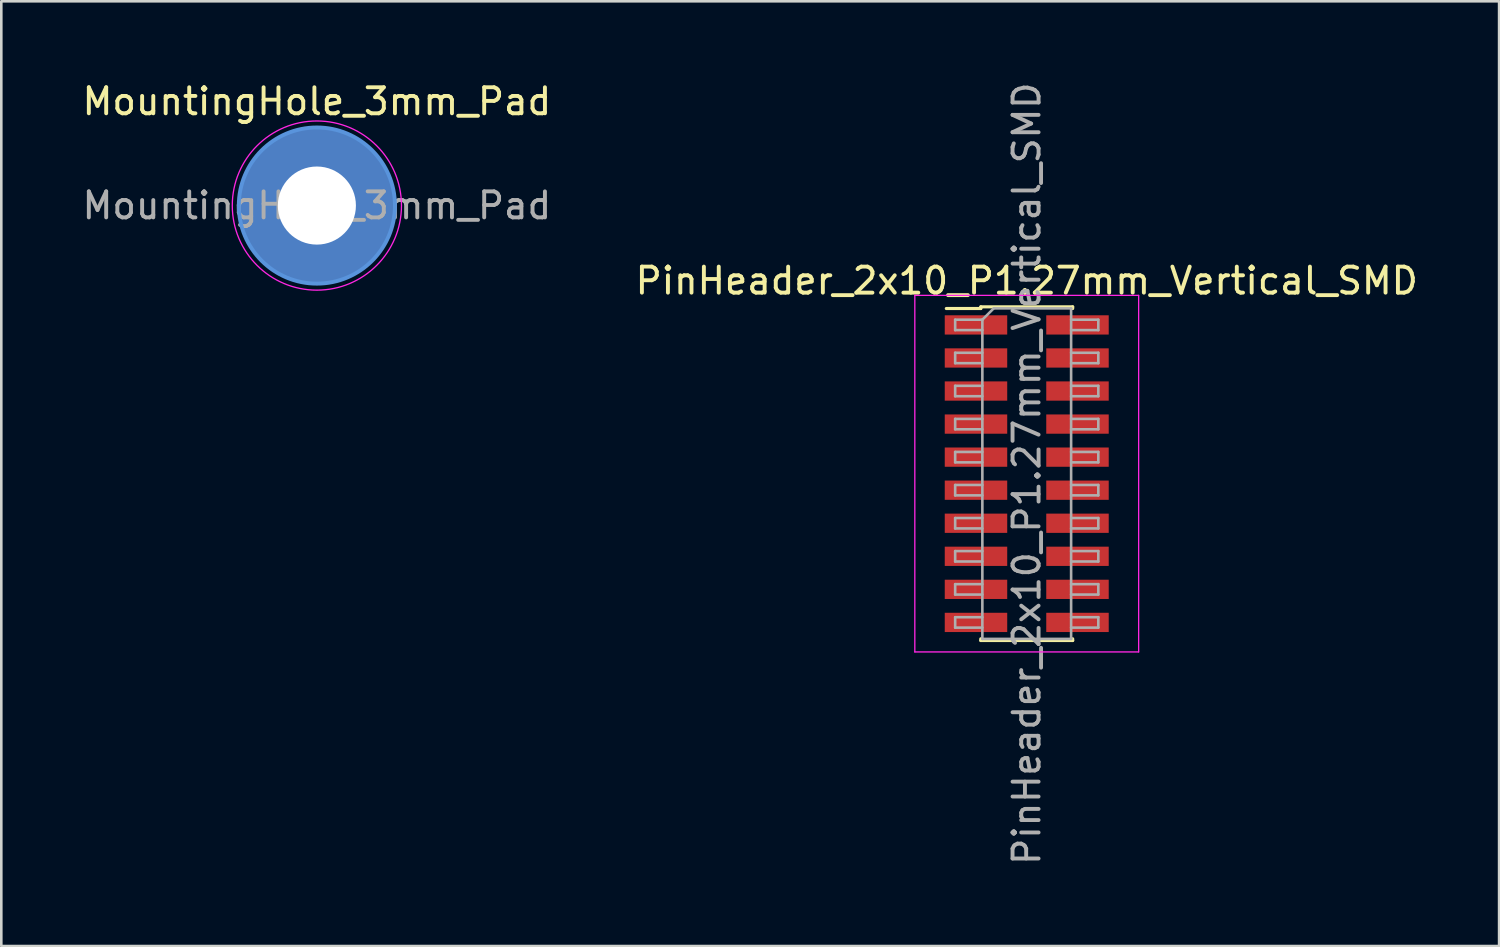
<source format=kicad_pcb>
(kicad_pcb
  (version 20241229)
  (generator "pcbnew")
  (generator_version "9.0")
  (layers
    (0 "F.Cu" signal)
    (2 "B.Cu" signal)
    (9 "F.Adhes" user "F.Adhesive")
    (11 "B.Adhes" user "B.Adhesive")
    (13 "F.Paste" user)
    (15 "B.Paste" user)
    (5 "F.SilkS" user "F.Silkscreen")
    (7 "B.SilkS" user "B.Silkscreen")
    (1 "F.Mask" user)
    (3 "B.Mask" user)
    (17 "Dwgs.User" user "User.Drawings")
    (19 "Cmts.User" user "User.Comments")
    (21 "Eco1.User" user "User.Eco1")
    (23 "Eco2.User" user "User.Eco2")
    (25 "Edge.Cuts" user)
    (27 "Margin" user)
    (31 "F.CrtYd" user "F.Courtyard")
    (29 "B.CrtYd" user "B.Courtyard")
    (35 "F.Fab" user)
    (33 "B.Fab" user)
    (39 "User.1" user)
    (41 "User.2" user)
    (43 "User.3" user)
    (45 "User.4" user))
  (footprint "MountingHole_3mm_Pad"
    (layer "F.Cu")
    (at 9.125 4.848)
    (property "Reference" "MountingHole_3mm_Pad" (at 0 -4 0) (layer "F.SilkS") (effects (font (size 1 1) (thickness 0.15))))
    (attr exclude_from_pos_files)
    (fp_circle (center 0 0) (end 3 0) (stroke (width 0.15) (type solid)) (fill no) (layer "Cmts.User"))
    (fp_circle (center 0 0) (end 3.25 0) (stroke (width 0.05) (type solid)) (fill no) (layer "F.CrtYd"))
    (fp_text user "${REFERENCE}" (at 0 0 0) (layer "F.Fab") (effects (font (size 1 1) (thickness 0.15))))
    (pad "1" thru_hole circle (at 0 0 180) (size 6 6) (drill 3) (layers "*.Cu" "*.Mask")))
  (footprint "PinHeader_2x10_P1.27mm_Vertical_SMD"
    (layer "F.Cu")
    (at 36.399 15.149)
    (property "Reference" "PinHeader_2x10_P1.27mm_Vertical_SMD" (at 0 -7.41 0) (layer "F.SilkS") (effects (font (size 1 1) (thickness 0.15))))
    (attr smd)
    (fp_line (start -3.09 -6.345) (end -1.765 -6.345) (stroke (width 0.12) (type solid)) (layer "F.SilkS"))
    (fp_line (start -1.765 -6.41) (end -1.765 -6.345) (stroke (width 0.12) (type solid)) (layer "F.SilkS"))
    (fp_line (start -1.765 -6.41) (end 1.765 -6.41) (stroke (width 0.12) (type solid)) (layer "F.SilkS"))
    (fp_line (start -1.765 6.345) (end -1.765 6.41) (stroke (width 0.12) (type solid)) (layer "F.SilkS"))
    (fp_line (start -1.765 6.41) (end 1.765 6.41) (stroke (width 0.12) (type solid)) (layer "F.SilkS"))
    (fp_line (start 1.765 -6.41) (end 1.765 -6.345) (stroke (width 0.12) (type solid)) (layer "F.SilkS"))
    (fp_line (start 1.765 6.345) (end 1.765 6.41) (stroke (width 0.12) (type solid)) (layer "F.SilkS"))
    (fp_line (start -4.3 -6.85) (end -4.3 6.85) (stroke (width 0.05) (type solid)) (layer "F.CrtYd"))
    (fp_line (start -4.3 6.85) (end 4.3 6.85) (stroke (width 0.05) (type solid)) (layer "F.CrtYd"))
    (fp_line (start 4.3 -6.85) (end -4.3 -6.85) (stroke (width 0.05) (type solid)) (layer "F.CrtYd"))
    (fp_line (start 4.3 6.85) (end 4.3 -6.85) (stroke (width 0.05) (type solid)) (layer "F.CrtYd"))
    (fp_line (start -2.75 -5.915) (end -2.75 -5.515) (stroke (width 0.1) (type solid)) (layer "F.Fab"))
    (fp_line (start -2.75 -5.515) (end -1.705 -5.515) (stroke (width 0.1) (type solid)) (layer "F.Fab"))
    (fp_line (start -2.75 -4.645) (end -2.75 -4.245) (stroke (width 0.1) (type solid)) (layer "F.Fab"))
    (fp_line (start -2.75 -4.245) (end -1.705 -4.245) (stroke (width 0.1) (type solid)) (layer "F.Fab"))
    (fp_line (start -2.75 -3.375) (end -2.75 -2.975) (stroke (width 0.1) (type solid)) (layer "F.Fab"))
    (fp_line (start -2.75 -2.975) (end -1.705 -2.975) (stroke (width 0.1) (type solid)) (layer "F.Fab"))
    (fp_line (start -2.75 -2.105) (end -2.75 -1.705) (stroke (width 0.1) (type solid)) (layer "F.Fab"))
    (fp_line (start -2.75 -1.705) (end -1.705 -1.705) (stroke (width 0.1) (type solid)) (layer "F.Fab"))
    (fp_line (start -2.75 -0.835) (end -2.75 -0.435) (stroke (width 0.1) (type solid)) (layer "F.Fab"))
    (fp_line (start -2.75 -0.435) (end -1.705 -0.435) (stroke (width 0.1) (type solid)) (layer "F.Fab"))
    (fp_line (start -2.75 0.435) (end -2.75 0.835) (stroke (width 0.1) (type solid)) (layer "F.Fab"))
    (fp_line (start -2.75 0.835) (end -1.705 0.835) (stroke (width 0.1) (type solid)) (layer "F.Fab"))
    (fp_line (start -2.75 1.705) (end -2.75 2.105) (stroke (width 0.1) (type solid)) (layer "F.Fab"))
    (fp_line (start -2.75 2.105) (end -1.705 2.105) (stroke (width 0.1) (type solid)) (layer "F.Fab"))
    (fp_line (start -2.75 2.975) (end -2.75 3.375) (stroke (width 0.1) (type solid)) (layer "F.Fab"))
    (fp_line (start -2.75 3.375) (end -1.705 3.375) (stroke (width 0.1) (type solid)) (layer "F.Fab"))
    (fp_line (start -2.75 4.245) (end -2.75 4.645) (stroke (width 0.1) (type solid)) (layer "F.Fab"))
    (fp_line (start -2.75 4.645) (end -1.705 4.645) (stroke (width 0.1) (type solid)) (layer "F.Fab"))
    (fp_line (start -2.75 5.515) (end -2.75 5.915) (stroke (width 0.1) (type solid)) (layer "F.Fab"))
    (fp_line (start -2.75 5.915) (end -1.705 5.915) (stroke (width 0.1) (type solid)) (layer "F.Fab"))
    (fp_line (start -1.705 -5.915) (end -2.75 -5.915) (stroke (width 0.1) (type solid)) (layer "F.Fab"))
    (fp_line (start -1.705 -5.915) (end -1.27 -6.35) (stroke (width 0.1) (type solid)) (layer "F.Fab"))
    (fp_line (start -1.705 -4.645) (end -2.75 -4.645) (stroke (width 0.1) (type solid)) (layer "F.Fab"))
    (fp_line (start -1.705 -3.375) (end -2.75 -3.375) (stroke (width 0.1) (type solid)) (layer "F.Fab"))
    (fp_line (start -1.705 -2.105) (end -2.75 -2.105) (stroke (width 0.1) (type solid)) (layer "F.Fab"))
    (fp_line (start -1.705 -0.835) (end -2.75 -0.835) (stroke (width 0.1) (type solid)) (layer "F.Fab"))
    (fp_line (start -1.705 0.435) (end -2.75 0.435) (stroke (width 0.1) (type solid)) (layer "F.Fab"))
    (fp_line (start -1.705 1.705) (end -2.75 1.705) (stroke (width 0.1) (type solid)) (layer "F.Fab"))
    (fp_line (start -1.705 2.975) (end -2.75 2.975) (stroke (width 0.1) (type solid)) (layer "F.Fab"))
    (fp_line (start -1.705 4.245) (end -2.75 4.245) (stroke (width 0.1) (type solid)) (layer "F.Fab"))
    (fp_line (start -1.705 5.515) (end -2.75 5.515) (stroke (width 0.1) (type solid)) (layer "F.Fab"))
    (fp_line (start -1.705 6.35) (end -1.705 -5.915) (stroke (width 0.1) (type solid)) (layer "F.Fab"))
    (fp_line (start -1.27 -6.35) (end 1.705 -6.35) (stroke (width 0.1) (type solid)) (layer "F.Fab"))
    (fp_line (start 1.705 -6.35) (end 1.705 6.35) (stroke (width 0.1) (type solid)) (layer "F.Fab"))
    (fp_line (start 1.705 -5.915) (end 2.75 -5.915) (stroke (width 0.1) (type solid)) (layer "F.Fab"))
    (fp_line (start 1.705 -4.645) (end 2.75 -4.645) (stroke (width 0.1) (type solid)) (layer "F.Fab"))
    (fp_line (start 1.705 -3.375) (end 2.75 -3.375) (stroke (width 0.1) (type solid)) (layer "F.Fab"))
    (fp_line (start 1.705 -2.105) (end 2.75 -2.105) (stroke (width 0.1) (type solid)) (layer "F.Fab"))
    (fp_line (start 1.705 -0.835) (end 2.75 -0.835) (stroke (width 0.1) (type solid)) (layer "F.Fab"))
    (fp_line (start 1.705 0.435) (end 2.75 0.435) (stroke (width 0.1) (type solid)) (layer "F.Fab"))
    (fp_line (start 1.705 1.705) (end 2.75 1.705) (stroke (width 0.1) (type solid)) (layer "F.Fab"))
    (fp_line (start 1.705 2.975) (end 2.75 2.975) (stroke (width 0.1) (type solid)) (layer "F.Fab"))
    (fp_line (start 1.705 4.245) (end 2.75 4.245) (stroke (width 0.1) (type solid)) (layer "F.Fab"))
    (fp_line (start 1.705 5.515) (end 2.75 5.515) (stroke (width 0.1) (type solid)) (layer "F.Fab"))
    (fp_line (start 1.705 6.35) (end -1.705 6.35) (stroke (width 0.1) (type solid)) (layer "F.Fab"))
    (fp_line (start 2.75 -5.915) (end 2.75 -5.515) (stroke (width 0.1) (type solid)) (layer "F.Fab"))
    (fp_line (start 2.75 -5.515) (end 1.705 -5.515) (stroke (width 0.1) (type solid)) (layer "F.Fab"))
    (fp_line (start 2.75 -4.645) (end 2.75 -4.245) (stroke (width 0.1) (type solid)) (layer "F.Fab"))
    (fp_line (start 2.75 -4.245) (end 1.705 -4.245) (stroke (width 0.1) (type solid)) (layer "F.Fab"))
    (fp_line (start 2.75 -3.375) (end 2.75 -2.975) (stroke (width 0.1) (type solid)) (layer "F.Fab"))
    (fp_line (start 2.75 -2.975) (end 1.705 -2.975) (stroke (width 0.1) (type solid)) (layer "F.Fab"))
    (fp_line (start 2.75 -2.105) (end 2.75 -1.705) (stroke (width 0.1) (type solid)) (layer "F.Fab"))
    (fp_line (start 2.75 -1.705) (end 1.705 -1.705) (stroke (width 0.1) (type solid)) (layer "F.Fab"))
    (fp_line (start 2.75 -0.835) (end 2.75 -0.435) (stroke (width 0.1) (type solid)) (layer "F.Fab"))
    (fp_line (start 2.75 -0.435) (end 1.705 -0.435) (stroke (width 0.1) (type solid)) (layer "F.Fab"))
    (fp_line (start 2.75 0.435) (end 2.75 0.835) (stroke (width 0.1) (type solid)) (layer "F.Fab"))
    (fp_line (start 2.75 0.835) (end 1.705 0.835) (stroke (width 0.1) (type solid)) (layer "F.Fab"))
    (fp_line (start 2.75 1.705) (end 2.75 2.105) (stroke (width 0.1) (type solid)) (layer "F.Fab"))
    (fp_line (start 2.75 2.105) (end 1.705 2.105) (stroke (width 0.1) (type solid)) (layer "F.Fab"))
    (fp_line (start 2.75 2.975) (end 2.75 3.375) (stroke (width 0.1) (type solid)) (layer "F.Fab"))
    (fp_line (start 2.75 3.375) (end 1.705 3.375) (stroke (width 0.1) (type solid)) (layer "F.Fab"))
    (fp_line (start 2.75 4.245) (end 2.75 4.645) (stroke (width 0.1) (type solid)) (layer "F.Fab"))
    (fp_line (start 2.75 4.645) (end 1.705 4.645) (stroke (width 0.1) (type solid)) (layer "F.Fab"))
    (fp_line (start 2.75 5.515) (end 2.75 5.915) (stroke (width 0.1) (type solid)) (layer "F.Fab"))
    (fp_line (start 2.75 5.915) (end 1.705 5.915) (stroke (width 0.1) (type solid)) (layer "F.Fab"))
    (fp_text user "${REFERENCE}" (at 0 0 90) (layer "F.Fab") (effects (font (size 1 1) (thickness 0.15))))
    (pad "1" smd rect (at -1.95 -5.715 180) (size 2.4 0.74) (layers "F.Cu" "F.Mask" "F.Paste"))
    (pad "2" smd rect (at 1.95 -5.715 180) (size 2.4 0.74) (layers "F.Cu" "F.Mask" "F.Paste"))
    (pad "3" smd rect (at -1.95 -4.445 180) (size 2.4 0.74) (layers "F.Cu" "F.Mask" "F.Paste"))
    (pad "4" smd rect (at 1.95 -4.445 180) (size 2.4 0.74) (layers "F.Cu" "F.Mask" "F.Paste"))
    (pad "5" smd rect (at -1.95 -3.175 180) (size 2.4 0.74) (layers "F.Cu" "F.Mask" "F.Paste"))
    (pad "6" smd rect (at 1.95 -3.175 180) (size 2.4 0.74) (layers "F.Cu" "F.Mask" "F.Paste"))
    (pad "7" smd rect (at -1.95 -1.905 180) (size 2.4 0.74) (layers "F.Cu" "F.Mask" "F.Paste"))
    (pad "8" smd rect (at 1.95 -1.905 180) (size 2.4 0.74) (layers "F.Cu" "F.Mask" "F.Paste"))
    (pad "9" smd rect (at -1.95 -0.635 180) (size 2.4 0.74) (layers "F.Cu" "F.Mask" "F.Paste"))
    (pad "10" smd rect (at 1.95 -0.635 180) (size 2.4 0.74) (layers "F.Cu" "F.Mask" "F.Paste"))
    (pad "11" smd rect (at -1.95 0.635 180) (size 2.4 0.74) (layers "F.Cu" "F.Mask" "F.Paste"))
    (pad "12" smd rect (at 1.95 0.635 180) (size 2.4 0.74) (layers "F.Cu" "F.Mask" "F.Paste"))
    (pad "13" smd rect (at -1.95 1.905 180) (size 2.4 0.74) (layers "F.Cu" "F.Mask" "F.Paste"))
    (pad "14" smd rect (at 1.95 1.905 180) (size 2.4 0.74) (layers "F.Cu" "F.Mask" "F.Paste"))
    (pad "15" smd rect (at -1.95 3.175 180) (size 2.4 0.74) (layers "F.Cu" "F.Mask" "F.Paste"))
    (pad "16" smd rect (at 1.95 3.175 180) (size 2.4 0.74) (layers "F.Cu" "F.Mask" "F.Paste"))
    (pad "17" smd rect (at -1.95 4.445 180) (size 2.4 0.74) (layers "F.Cu" "F.Mask" "F.Paste"))
    (pad "18" smd rect (at 1.95 4.445 180) (size 2.4 0.74) (layers "F.Cu" "F.Mask" "F.Paste"))
    (pad "19" smd rect (at -1.95 5.715 180) (size 2.4 0.74) (layers "F.Cu" "F.Mask" "F.Paste"))
    (pad "20" smd rect (at 1.95 5.715 180) (size 2.4 0.74) (layers "F.Cu" "F.Mask" "F.Paste")))
  (gr_rect
    (start -3 -3)
    (end 54.548 33.298)
    (stroke (width 0.1) (type default))
    (fill no)
    (layer "Edge.Cuts")))
</source>
